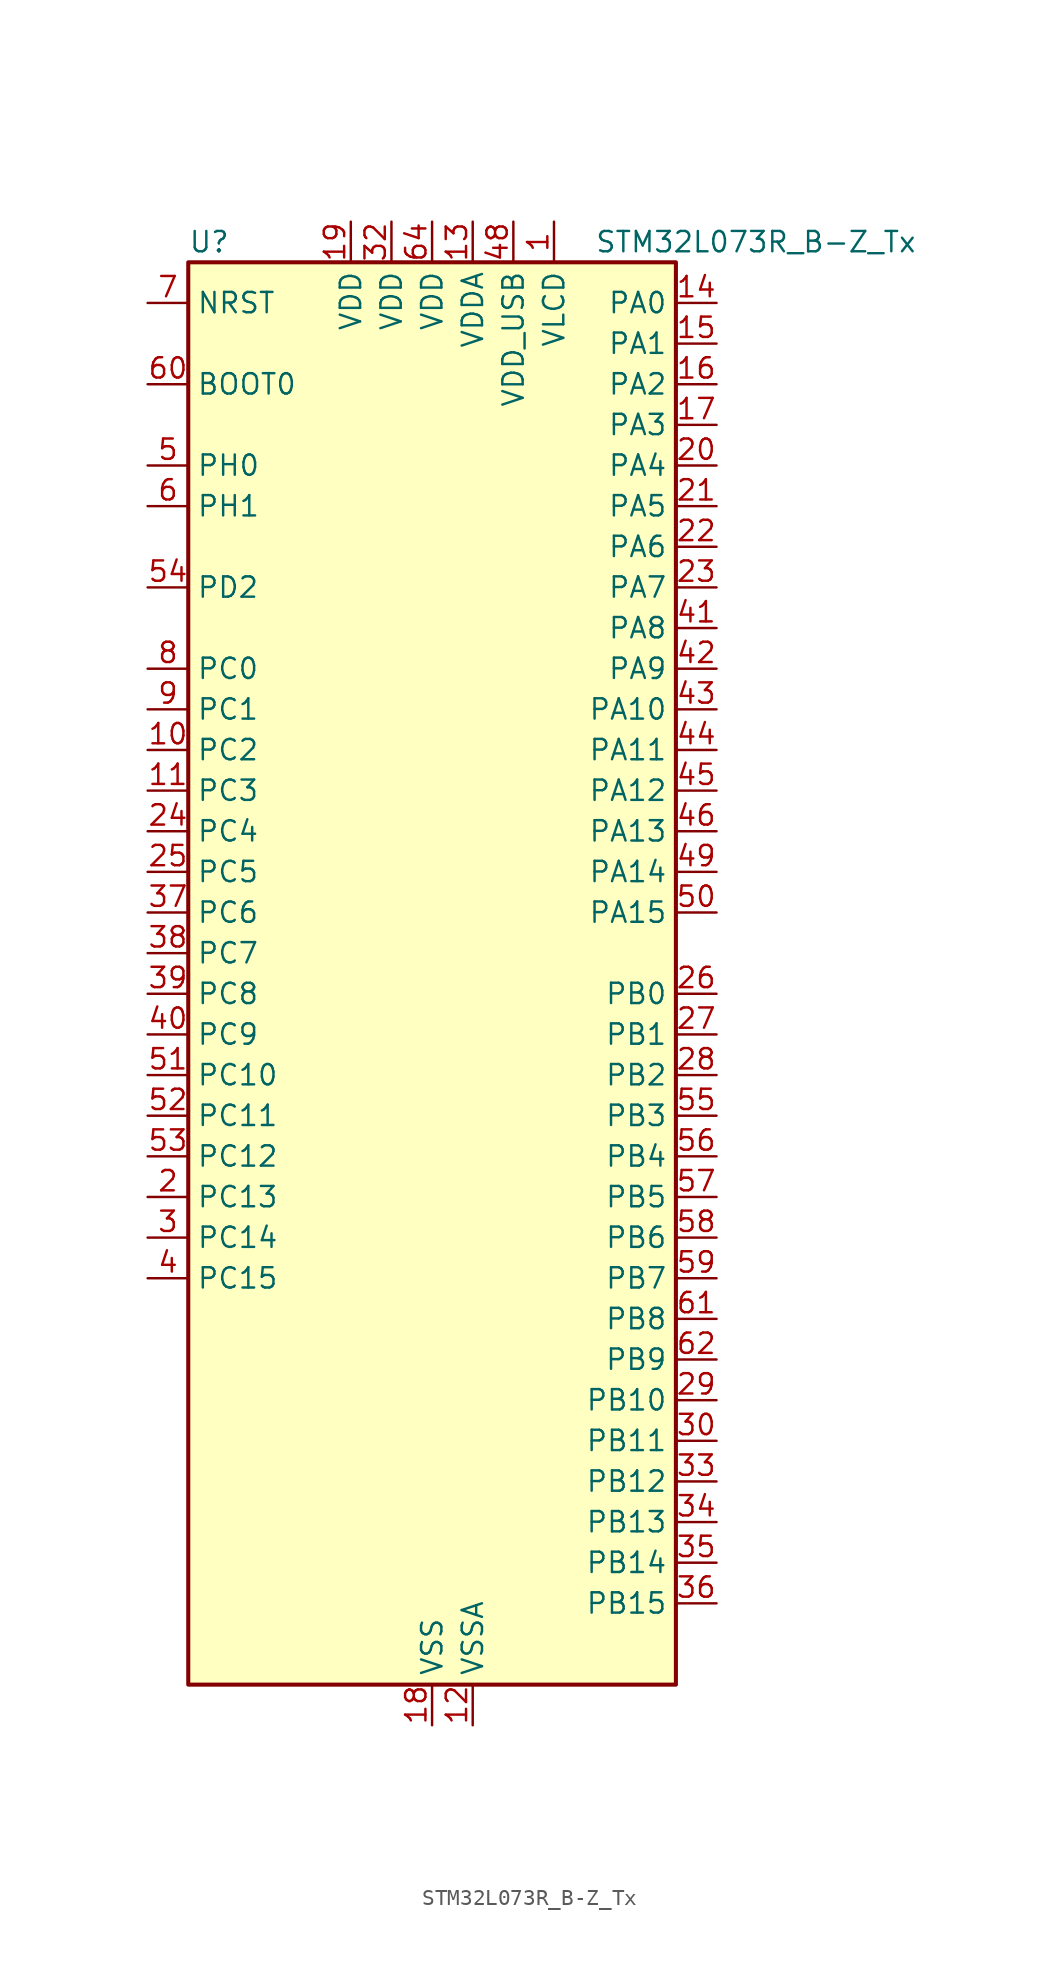
<source format=kicad_sym>
(kicad_symbol_lib
  (version 20220914)
  (generator kicad_symbol_editor)
  (symbol "STM32L073R_B-Z_Tx"
    (property "Reference" "U"
      (at -15.24 46.99 0)
      (effects (font (size 1.27 1.27)) (justify left)))
    (property "Value" "STM32L073R_B-Z_Tx"
      (at 10.16 46.99 0)
      (effects (font (size 1.27 1.27)) (justify left)))
    (property "ki_locked" ""
      (at 0 0 0)
      (effects (font (size 1.27 1.27))))
    (symbol "STM32L073R_B-Z_Tx_0_1"
      (rectangle (start -15.24 -43.18) (end 15.24 45.72) (stroke (width 0.254) (type default)) (fill (type background))))
    (symbol "STM32L073R_B-Z_Tx_1_1"
      (pin power_in line (at 7.62 48.26 270) (length 2.54) (name "VLCD" (effects (font (size 1.27 1.27)))) (number "1" (effects (font (size 1.27 1.27)))))
      (pin bidirectional line (at -17.78 15.24 0) (length 2.54) (name "PC2" (effects (font (size 1.27 1.27)))) (number "10" (effects (font (size 1.27 1.27)))) (alternate "ADC_IN12" bidirectional line) (alternate "I2S2_MCK" bidirectional line) (alternate "LCD_SEG20" bidirectional line) (alternate "LPTIM1_IN2" bidirectional line) (alternate "SPI2_MISO" bidirectional line) (alternate "TSC_G7_IO3" bidirectional line))
      (pin bidirectional line (at -17.78 12.7 0) (length 2.54) (name "PC3" (effects (font (size 1.27 1.27)))) (number "11" (effects (font (size 1.27 1.27)))) (alternate "ADC_IN13" bidirectional line) (alternate "I2S2_SD" bidirectional line) (alternate "LCD_SEG21" bidirectional line) (alternate "LPTIM1_ETR" bidirectional line) (alternate "SPI2_MOSI" bidirectional line) (alternate "TSC_G7_IO4" bidirectional line))
      (pin power_in line (at 2.54 -45.72 90) (length 2.54) (name "VSSA" (effects (font (size 1.27 1.27)))) (number "12" (effects (font (size 1.27 1.27)))))
      (pin power_in line (at 2.54 48.26 270) (length 2.54) (name "VDDA" (effects (font (size 1.27 1.27)))) (number "13" (effects (font (size 1.27 1.27)))))
      (pin bidirectional line (at 17.78 43.18 180) (length 2.54) (name "PA0" (effects (font (size 1.27 1.27)))) (number "14" (effects (font (size 1.27 1.27)))) (alternate "ADC_IN0" bidirectional line) (alternate "COMP1_INM" bidirectional line) (alternate "COMP1_OUT" bidirectional line) (alternate "RTC_TAMP2" bidirectional line) (alternate "SYS_WKUP1" bidirectional line) (alternate "TIM2_CH1" bidirectional line) (alternate "TIM2_ETR" bidirectional line) (alternate "TSC_G1_IO1" bidirectional line) (alternate "USART2_CTS" bidirectional line) (alternate "USART4_TX" bidirectional line))
      (pin bidirectional line (at 17.78 40.64 180) (length 2.54) (name "PA1" (effects (font (size 1.27 1.27)))) (number "15" (effects (font (size 1.27 1.27)))) (alternate "ADC_IN1" bidirectional line) (alternate "COMP1_INP" bidirectional line) (alternate "LCD_SEG0" bidirectional line) (alternate "TIM21_ETR" bidirectional line) (alternate "TIM2_CH2" bidirectional line) (alternate "TSC_G1_IO2" bidirectional line) (alternate "USART2_DE" bidirectional line) (alternate "USART2_RTS" bidirectional line) (alternate "USART4_RX" bidirectional line))
      (pin bidirectional line (at 17.78 38.1 180) (length 2.54) (name "PA2" (effects (font (size 1.27 1.27)))) (number "16" (effects (font (size 1.27 1.27)))) (alternate "ADC_IN2" bidirectional line) (alternate "COMP2_INM" bidirectional line) (alternate "COMP2_OUT" bidirectional line) (alternate "LCD_SEG1" bidirectional line) (alternate "LPUART1_TX" bidirectional line) (alternate "TIM21_CH1" bidirectional line) (alternate "TIM2_CH3" bidirectional line) (alternate "TSC_G1_IO3" bidirectional line) (alternate "USART2_TX" bidirectional line))
      (pin bidirectional line (at 17.78 35.56 180) (length 2.54) (name "PA3" (effects (font (size 1.27 1.27)))) (number "17" (effects (font (size 1.27 1.27)))) (alternate "ADC_IN3" bidirectional line) (alternate "COMP2_INP" bidirectional line) (alternate "LCD_SEG2" bidirectional line) (alternate "LPUART1_RX" bidirectional line) (alternate "TIM21_CH2" bidirectional line) (alternate "TIM2_CH4" bidirectional line) (alternate "TSC_G1_IO4" bidirectional line) (alternate "USART2_RX" bidirectional line))
      (pin power_in line (at 0 -45.72 90) (length 2.54) (name "VSS" (effects (font (size 1.27 1.27)))) (number "18" (effects (font (size 1.27 1.27)))))
      (pin power_in line (at -5.08 48.26 270) (length 2.54) (name "VDD" (effects (font (size 1.27 1.27)))) (number "19" (effects (font (size 1.27 1.27)))))
      (pin bidirectional line (at -17.78 -12.7 0) (length 2.54) (name "PC13" (effects (font (size 1.27 1.27)))) (number "2" (effects (font (size 1.27 1.27)))) (alternate "RTC_OUT_ALARM" bidirectional line) (alternate "RTC_OUT_CALIB" bidirectional line) (alternate "RTC_TAMP1" bidirectional line) (alternate "RTC_TS" bidirectional line) (alternate "SYS_WKUP2" bidirectional line))
      (pin bidirectional line (at 17.78 33.02 180) (length 2.54) (name "PA4" (effects (font (size 1.27 1.27)))) (number "20" (effects (font (size 1.27 1.27)))) (alternate "ADC_IN4" bidirectional line) (alternate "COMP1_INM" bidirectional line) (alternate "COMP2_INM" bidirectional line) (alternate "DAC_OUT1" bidirectional line) (alternate "SPI1_NSS" bidirectional line) (alternate "TIM22_ETR" bidirectional line) (alternate "TSC_G2_IO1" bidirectional line) (alternate "USART2_CK" bidirectional line))
      (pin bidirectional line (at 17.78 30.48 180) (length 2.54) (name "PA5" (effects (font (size 1.27 1.27)))) (number "21" (effects (font (size 1.27 1.27)))) (alternate "ADC_IN5" bidirectional line) (alternate "COMP1_INM" bidirectional line) (alternate "COMP2_INM" bidirectional line) (alternate "DAC_OUT2" bidirectional line) (alternate "SPI1_SCK" bidirectional line) (alternate "TIM2_CH1" bidirectional line) (alternate "TIM2_ETR" bidirectional line) (alternate "TSC_G2_IO2" bidirectional line))
      (pin bidirectional line (at 17.78 27.94 180) (length 2.54) (name "PA6" (effects (font (size 1.27 1.27)))) (number "22" (effects (font (size 1.27 1.27)))) (alternate "ADC_IN6" bidirectional line) (alternate "COMP1_OUT" bidirectional line) (alternate "LCD_SEG3" bidirectional line) (alternate "LPUART1_CTS" bidirectional line) (alternate "SPI1_MISO" bidirectional line) (alternate "TIM22_CH1" bidirectional line) (alternate "TIM3_CH1" bidirectional line) (alternate "TSC_G2_IO3" bidirectional line))
      (pin bidirectional line (at 17.78 25.4 180) (length 2.54) (name "PA7" (effects (font (size 1.27 1.27)))) (number "23" (effects (font (size 1.27 1.27)))) (alternate "ADC_IN7" bidirectional line) (alternate "COMP2_OUT" bidirectional line) (alternate "LCD_SEG4" bidirectional line) (alternate "SPI1_MOSI" bidirectional line) (alternate "TIM22_CH2" bidirectional line) (alternate "TIM3_CH2" bidirectional line) (alternate "TSC_G2_IO4" bidirectional line))
      (pin bidirectional line (at -17.78 10.16 0) (length 2.54) (name "PC4" (effects (font (size 1.27 1.27)))) (number "24" (effects (font (size 1.27 1.27)))) (alternate "ADC_IN14" bidirectional line) (alternate "LCD_SEG22" bidirectional line) (alternate "LPUART1_TX" bidirectional line))
      (pin bidirectional line (at -17.78 7.62 0) (length 2.54) (name "PC5" (effects (font (size 1.27 1.27)))) (number "25" (effects (font (size 1.27 1.27)))) (alternate "ADC_IN15" bidirectional line) (alternate "LCD_SEG23" bidirectional line) (alternate "LPUART1_RX" bidirectional line) (alternate "TSC_G3_IO1" bidirectional line))
      (pin bidirectional line (at 17.78 0 180) (length 2.54) (name "PB0" (effects (font (size 1.27 1.27)))) (number "26" (effects (font (size 1.27 1.27)))) (alternate "ADC_IN8" bidirectional line) (alternate "LCD_SEG5" bidirectional line) (alternate "LCD_VLCD3" bidirectional line) (alternate "SYS_VREF_OUT_PB0" bidirectional line) (alternate "TIM3_CH3" bidirectional line) (alternate "TSC_G3_IO2" bidirectional line))
      (pin bidirectional line (at 17.78 -2.54 180) (length 2.54) (name "PB1" (effects (font (size 1.27 1.27)))) (number "27" (effects (font (size 1.27 1.27)))) (alternate "ADC_IN9" bidirectional line) (alternate "LCD_SEG6" bidirectional line) (alternate "LPUART1_DE" bidirectional line) (alternate "LPUART1_RTS" bidirectional line) (alternate "SYS_VREF_OUT_PB1" bidirectional line) (alternate "TIM3_CH4" bidirectional line) (alternate "TSC_G3_IO3" bidirectional line))
      (pin bidirectional line (at 17.78 -5.08 180) (length 2.54) (name "PB2" (effects (font (size 1.27 1.27)))) (number "28" (effects (font (size 1.27 1.27)))) (alternate "I2C3_SMBA" bidirectional line) (alternate "LCD_VLCD2" bidirectional line) (alternate "LPTIM1_OUT" bidirectional line) (alternate "TSC_G3_IO4" bidirectional line))
      (pin bidirectional line (at 17.78 -25.4 180) (length 2.54) (name "PB10" (effects (font (size 1.27 1.27)))) (number "29" (effects (font (size 1.27 1.27)))) (alternate "I2C2_SCL" bidirectional line) (alternate "LCD_SEG10" bidirectional line) (alternate "LPUART1_RX" bidirectional line) (alternate "LPUART1_TX" bidirectional line) (alternate "SPI2_SCK" bidirectional line) (alternate "TIM2_CH3" bidirectional line) (alternate "TSC_SYNC" bidirectional line))
      (pin bidirectional line (at -17.78 -15.24 0) (length 2.54) (name "PC14" (effects (font (size 1.27 1.27)))) (number "3" (effects (font (size 1.27 1.27)))) (alternate "RCC_OSC32_IN" bidirectional line))
      (pin bidirectional line (at 17.78 -27.94 180) (length 2.54) (name "PB11" (effects (font (size 1.27 1.27)))) (number "30" (effects (font (size 1.27 1.27)))) (alternate "ADC_EXTI11" bidirectional line) (alternate "I2C2_SDA" bidirectional line) (alternate "LCD_SEG11" bidirectional line) (alternate "LPUART1_RX" bidirectional line) (alternate "LPUART1_TX" bidirectional line) (alternate "TIM2_CH4" bidirectional line) (alternate "TSC_G6_IO1" bidirectional line))
      (pin passive line (at 0 -45.72 90) (length 2.54) hide (name "VSS" (effects (font (size 1.27 1.27)))) (number "31" (effects (font (size 1.27 1.27)))))
      (pin power_in line (at -2.54 48.26 270) (length 2.54) (name "VDD" (effects (font (size 1.27 1.27)))) (number "32" (effects (font (size 1.27 1.27)))))
      (pin bidirectional line (at 17.78 -30.48 180) (length 2.54) (name "PB12" (effects (font (size 1.27 1.27)))) (number "33" (effects (font (size 1.27 1.27)))) (alternate "I2S2_WS" bidirectional line) (alternate "LCD_SEG12" bidirectional line) (alternate "LCD_VLCD2" bidirectional line) (alternate "LPUART1_DE" bidirectional line) (alternate "LPUART1_RTS" bidirectional line) (alternate "SPI2_NSS" bidirectional line) (alternate "TSC_G6_IO2" bidirectional line))
      (pin bidirectional line (at 17.78 -33.02 180) (length 2.54) (name "PB13" (effects (font (size 1.27 1.27)))) (number "34" (effects (font (size 1.27 1.27)))) (alternate "I2C2_SCL" bidirectional line) (alternate "I2S2_CK" bidirectional line) (alternate "LCD_SEG13" bidirectional line) (alternate "LPUART1_CTS" bidirectional line) (alternate "RCC_MCO" bidirectional line) (alternate "SPI2_SCK" bidirectional line) (alternate "TIM21_CH1" bidirectional line) (alternate "TSC_G6_IO3" bidirectional line))
      (pin bidirectional line (at 17.78 -35.56 180) (length 2.54) (name "PB14" (effects (font (size 1.27 1.27)))) (number "35" (effects (font (size 1.27 1.27)))) (alternate "I2C2_SDA" bidirectional line) (alternate "I2S2_MCK" bidirectional line) (alternate "LCD_SEG14" bidirectional line) (alternate "LPUART1_DE" bidirectional line) (alternate "LPUART1_RTS" bidirectional line) (alternate "RTC_OUT_ALARM" bidirectional line) (alternate "RTC_OUT_CALIB" bidirectional line) (alternate "SPI2_MISO" bidirectional line) (alternate "TIM21_CH2" bidirectional line) (alternate "TSC_G6_IO4" bidirectional line))
      (pin bidirectional line (at 17.78 -38.1 180) (length 2.54) (name "PB15" (effects (font (size 1.27 1.27)))) (number "36" (effects (font (size 1.27 1.27)))) (alternate "I2S2_SD" bidirectional line) (alternate "LCD_SEG15" bidirectional line) (alternate "RTC_REFIN" bidirectional line) (alternate "SPI2_MOSI" bidirectional line))
      (pin bidirectional line (at -17.78 5.08 0) (length 2.54) (name "PC6" (effects (font (size 1.27 1.27)))) (number "37" (effects (font (size 1.27 1.27)))) (alternate "LCD_SEG24" bidirectional line) (alternate "TIM22_CH1" bidirectional line) (alternate "TIM3_CH1" bidirectional line) (alternate "TSC_G8_IO1" bidirectional line))
      (pin bidirectional line (at -17.78 2.54 0) (length 2.54) (name "PC7" (effects (font (size 1.27 1.27)))) (number "38" (effects (font (size 1.27 1.27)))) (alternate "LCD_SEG25" bidirectional line) (alternate "TIM22_CH2" bidirectional line) (alternate "TIM3_CH2" bidirectional line) (alternate "TSC_G8_IO2" bidirectional line))
      (pin bidirectional line (at -17.78 0 0) (length 2.54) (name "PC8" (effects (font (size 1.27 1.27)))) (number "39" (effects (font (size 1.27 1.27)))) (alternate "LCD_SEG26" bidirectional line) (alternate "TIM22_ETR" bidirectional line) (alternate "TIM3_CH3" bidirectional line) (alternate "TSC_G8_IO3" bidirectional line))
      (pin bidirectional line (at -17.78 -17.78 0) (length 2.54) (name "PC15" (effects (font (size 1.27 1.27)))) (number "4" (effects (font (size 1.27 1.27)))) (alternate "RCC_OSC32_OUT" bidirectional line))
      (pin bidirectional line (at -17.78 -2.54 0) (length 2.54) (name "PC9" (effects (font (size 1.27 1.27)))) (number "40" (effects (font (size 1.27 1.27)))) (alternate "DAC_EXTI9" bidirectional line) (alternate "I2C3_SDA" bidirectional line) (alternate "LCD_SEG27" bidirectional line) (alternate "TIM21_ETR" bidirectional line) (alternate "TIM3_CH4" bidirectional line) (alternate "TSC_G8_IO4" bidirectional line) (alternate "USB_NOE" bidirectional line))
      (pin bidirectional line (at 17.78 22.86 180) (length 2.54) (name "PA8" (effects (font (size 1.27 1.27)))) (number "41" (effects (font (size 1.27 1.27)))) (alternate "CRS_SYNC" bidirectional line) (alternate "I2C3_SCL" bidirectional line) (alternate "LCD_COM0" bidirectional line) (alternate "RCC_MCO" bidirectional line) (alternate "USART1_CK" bidirectional line))
      (pin bidirectional line (at 17.78 20.32 180) (length 2.54) (name "PA9" (effects (font (size 1.27 1.27)))) (number "42" (effects (font (size 1.27 1.27)))) (alternate "DAC_EXTI9" bidirectional line) (alternate "I2C1_SCL" bidirectional line) (alternate "I2C3_SMBA" bidirectional line) (alternate "LCD_COM1" bidirectional line) (alternate "RCC_MCO" bidirectional line) (alternate "TSC_G4_IO1" bidirectional line) (alternate "USART1_TX" bidirectional line))
      (pin bidirectional line (at 17.78 17.78 180) (length 2.54) (name "PA10" (effects (font (size 1.27 1.27)))) (number "43" (effects (font (size 1.27 1.27)))) (alternate "I2C1_SDA" bidirectional line) (alternate "LCD_COM2" bidirectional line) (alternate "TSC_G4_IO2" bidirectional line) (alternate "USART1_RX" bidirectional line))
      (pin bidirectional line (at 17.78 15.24 180) (length 2.54) (name "PA11" (effects (font (size 1.27 1.27)))) (number "44" (effects (font (size 1.27 1.27)))) (alternate "ADC_EXTI11" bidirectional line) (alternate "COMP1_OUT" bidirectional line) (alternate "SPI1_MISO" bidirectional line) (alternate "TSC_G4_IO3" bidirectional line) (alternate "USART1_CTS" bidirectional line) (alternate "USB_DM" bidirectional line))
      (pin bidirectional line (at 17.78 12.7 180) (length 2.54) (name "PA12" (effects (font (size 1.27 1.27)))) (number "45" (effects (font (size 1.27 1.27)))) (alternate "COMP2_OUT" bidirectional line) (alternate "SPI1_MOSI" bidirectional line) (alternate "TSC_G4_IO4" bidirectional line) (alternate "USART1_DE" bidirectional line) (alternate "USART1_RTS" bidirectional line) (alternate "USB_DP" bidirectional line))
      (pin bidirectional line (at 17.78 10.16 180) (length 2.54) (name "PA13" (effects (font (size 1.27 1.27)))) (number "46" (effects (font (size 1.27 1.27)))) (alternate "LPUART1_RX" bidirectional line) (alternate "SYS_SWDIO" bidirectional line) (alternate "USB_NOE" bidirectional line))
      (pin passive line (at 0 -45.72 90) (length 2.54) hide (name "VSS" (effects (font (size 1.27 1.27)))) (number "47" (effects (font (size 1.27 1.27)))))
      (pin power_in line (at 5.08 48.26 270) (length 2.54) (name "VDD_USB" (effects (font (size 1.27 1.27)))) (number "48" (effects (font (size 1.27 1.27)))))
      (pin bidirectional line (at 17.78 7.62 180) (length 2.54) (name "PA14" (effects (font (size 1.27 1.27)))) (number "49" (effects (font (size 1.27 1.27)))) (alternate "LPUART1_TX" bidirectional line) (alternate "SYS_SWCLK" bidirectional line) (alternate "USART2_TX" bidirectional line))
      (pin bidirectional line (at -17.78 33.02 0) (length 2.54) (name "PH0" (effects (font (size 1.27 1.27)))) (number "5" (effects (font (size 1.27 1.27)))) (alternate "CRS_SYNC" bidirectional line) (alternate "RCC_OSC_IN" bidirectional line))
      (pin bidirectional line (at 17.78 5.08 180) (length 2.54) (name "PA15" (effects (font (size 1.27 1.27)))) (number "50" (effects (font (size 1.27 1.27)))) (alternate "LCD_SEG17" bidirectional line) (alternate "SPI1_NSS" bidirectional line) (alternate "TIM2_CH1" bidirectional line) (alternate "TIM2_ETR" bidirectional line) (alternate "USART2_RX" bidirectional line) (alternate "USART4_DE" bidirectional line) (alternate "USART4_RTS" bidirectional line))
      (pin bidirectional line (at -17.78 -5.08 0) (length 2.54) (name "PC10" (effects (font (size 1.27 1.27)))) (number "51" (effects (font (size 1.27 1.27)))) (alternate "LCD_COM4" bidirectional line) (alternate "LCD_SEG28" bidirectional line) (alternate "LPUART1_TX" bidirectional line) (alternate "USART4_TX" bidirectional line))
      (pin bidirectional line (at -17.78 -7.62 0) (length 2.54) (name "PC11" (effects (font (size 1.27 1.27)))) (number "52" (effects (font (size 1.27 1.27)))) (alternate "ADC_EXTI11" bidirectional line) (alternate "LCD_COM5" bidirectional line) (alternate "LCD_SEG29" bidirectional line) (alternate "LPUART1_RX" bidirectional line) (alternate "USART4_RX" bidirectional line))
      (pin bidirectional line (at -17.78 -10.16 0) (length 2.54) (name "PC12" (effects (font (size 1.27 1.27)))) (number "53" (effects (font (size 1.27 1.27)))) (alternate "LCD_COM6" bidirectional line) (alternate "LCD_SEG30" bidirectional line) (alternate "USART4_CK" bidirectional line) (alternate "USART5_TX" bidirectional line))
      (pin bidirectional line (at -17.78 25.4 0) (length 2.54) (name "PD2" (effects (font (size 1.27 1.27)))) (number "54" (effects (font (size 1.27 1.27)))) (alternate "LCD_COM7" bidirectional line) (alternate "LCD_SEG31" bidirectional line) (alternate "LPUART1_DE" bidirectional line) (alternate "LPUART1_RTS" bidirectional line) (alternate "TIM3_ETR" bidirectional line) (alternate "USART5_RX" bidirectional line))
      (pin bidirectional line (at 17.78 -7.62 180) (length 2.54) (name "PB3" (effects (font (size 1.27 1.27)))) (number "55" (effects (font (size 1.27 1.27)))) (alternate "COMP2_INM" bidirectional line) (alternate "LCD_SEG7" bidirectional line) (alternate "SPI1_SCK" bidirectional line) (alternate "TIM2_CH2" bidirectional line) (alternate "TSC_G5_IO1" bidirectional line) (alternate "USART1_DE" bidirectional line) (alternate "USART1_RTS" bidirectional line) (alternate "USART5_TX" bidirectional line))
      (pin bidirectional line (at 17.78 -10.16 180) (length 2.54) (name "PB4" (effects (font (size 1.27 1.27)))) (number "56" (effects (font (size 1.27 1.27)))) (alternate "COMP2_INP" bidirectional line) (alternate "I2C3_SDA" bidirectional line) (alternate "LCD_SEG8" bidirectional line) (alternate "SPI1_MISO" bidirectional line) (alternate "TIM22_CH1" bidirectional line) (alternate "TIM3_CH1" bidirectional line) (alternate "TSC_G5_IO2" bidirectional line) (alternate "USART1_CTS" bidirectional line) (alternate "USART5_RX" bidirectional line))
      (pin bidirectional line (at 17.78 -12.7 180) (length 2.54) (name "PB5" (effects (font (size 1.27 1.27)))) (number "57" (effects (font (size 1.27 1.27)))) (alternate "COMP2_INP" bidirectional line) (alternate "I2C1_SMBA" bidirectional line) (alternate "LCD_SEG9" bidirectional line) (alternate "LPTIM1_IN1" bidirectional line) (alternate "SPI1_MOSI" bidirectional line) (alternate "TIM22_CH2" bidirectional line) (alternate "TIM3_CH2" bidirectional line) (alternate "USART1_CK" bidirectional line) (alternate "USART5_CK" bidirectional line) (alternate "USART5_DE" bidirectional line) (alternate "USART5_RTS" bidirectional line))
      (pin bidirectional line (at 17.78 -15.24 180) (length 2.54) (name "PB6" (effects (font (size 1.27 1.27)))) (number "58" (effects (font (size 1.27 1.27)))) (alternate "COMP2_INP" bidirectional line) (alternate "I2C1_SCL" bidirectional line) (alternate "LPTIM1_ETR" bidirectional line) (alternate "TSC_G5_IO3" bidirectional line) (alternate "USART1_TX" bidirectional line))
      (pin bidirectional line (at 17.78 -17.78 180) (length 2.54) (name "PB7" (effects (font (size 1.27 1.27)))) (number "59" (effects (font (size 1.27 1.27)))) (alternate "COMP2_INP" bidirectional line) (alternate "I2C1_SDA" bidirectional line) (alternate "LPTIM1_IN2" bidirectional line) (alternate "SYS_PVD_IN" bidirectional line) (alternate "TSC_G5_IO4" bidirectional line) (alternate "USART1_RX" bidirectional line) (alternate "USART4_CTS" bidirectional line))
      (pin bidirectional line (at -17.78 30.48 0) (length 2.54) (name "PH1" (effects (font (size 1.27 1.27)))) (number "6" (effects (font (size 1.27 1.27)))) (alternate "RCC_OSC_OUT" bidirectional line))
      (pin input line (at -17.78 38.1 0) (length 2.54) (name "BOOT0" (effects (font (size 1.27 1.27)))) (number "60" (effects (font (size 1.27 1.27)))))
      (pin bidirectional line (at 17.78 -20.32 180) (length 2.54) (name "PB8" (effects (font (size 1.27 1.27)))) (number "61" (effects (font (size 1.27 1.27)))) (alternate "I2C1_SCL" bidirectional line) (alternate "LCD_SEG16" bidirectional line) (alternate "TSC_SYNC" bidirectional line))
      (pin bidirectional line (at 17.78 -22.86 180) (length 2.54) (name "PB9" (effects (font (size 1.27 1.27)))) (number "62" (effects (font (size 1.27 1.27)))) (alternate "DAC_EXTI9" bidirectional line) (alternate "I2C1_SDA" bidirectional line) (alternate "I2S2_WS" bidirectional line) (alternate "LCD_COM3" bidirectional line) (alternate "SPI2_NSS" bidirectional line))
      (pin passive line (at 0 -45.72 90) (length 2.54) hide (name "VSS" (effects (font (size 1.27 1.27)))) (number "63" (effects (font (size 1.27 1.27)))))
      (pin power_in line (at 0 48.26 270) (length 2.54) (name "VDD" (effects (font (size 1.27 1.27)))) (number "64" (effects (font (size 1.27 1.27)))))
      (pin input line (at -17.78 43.18 0) (length 2.54) (name "NRST" (effects (font (size 1.27 1.27)))) (number "7" (effects (font (size 1.27 1.27)))))
      (pin bidirectional line (at -17.78 20.32 0) (length 2.54) (name "PC0" (effects (font (size 1.27 1.27)))) (number "8" (effects (font (size 1.27 1.27)))) (alternate "ADC_IN10" bidirectional line) (alternate "I2C3_SCL" bidirectional line) (alternate "LCD_SEG18" bidirectional line) (alternate "LPTIM1_IN1" bidirectional line) (alternate "LPUART1_RX" bidirectional line) (alternate "TSC_G7_IO1" bidirectional line))
      (pin bidirectional line (at -17.78 17.78 0) (length 2.54) (name "PC1" (effects (font (size 1.27 1.27)))) (number "9" (effects (font (size 1.27 1.27)))) (alternate "ADC_IN11" bidirectional line) (alternate "I2C3_SDA" bidirectional line) (alternate "LCD_SEG19" bidirectional line) (alternate "LPTIM1_OUT" bidirectional line) (alternate "LPUART1_TX" bidirectional line) (alternate "TSC_G7_IO2" bidirectional line)))))
</source>
